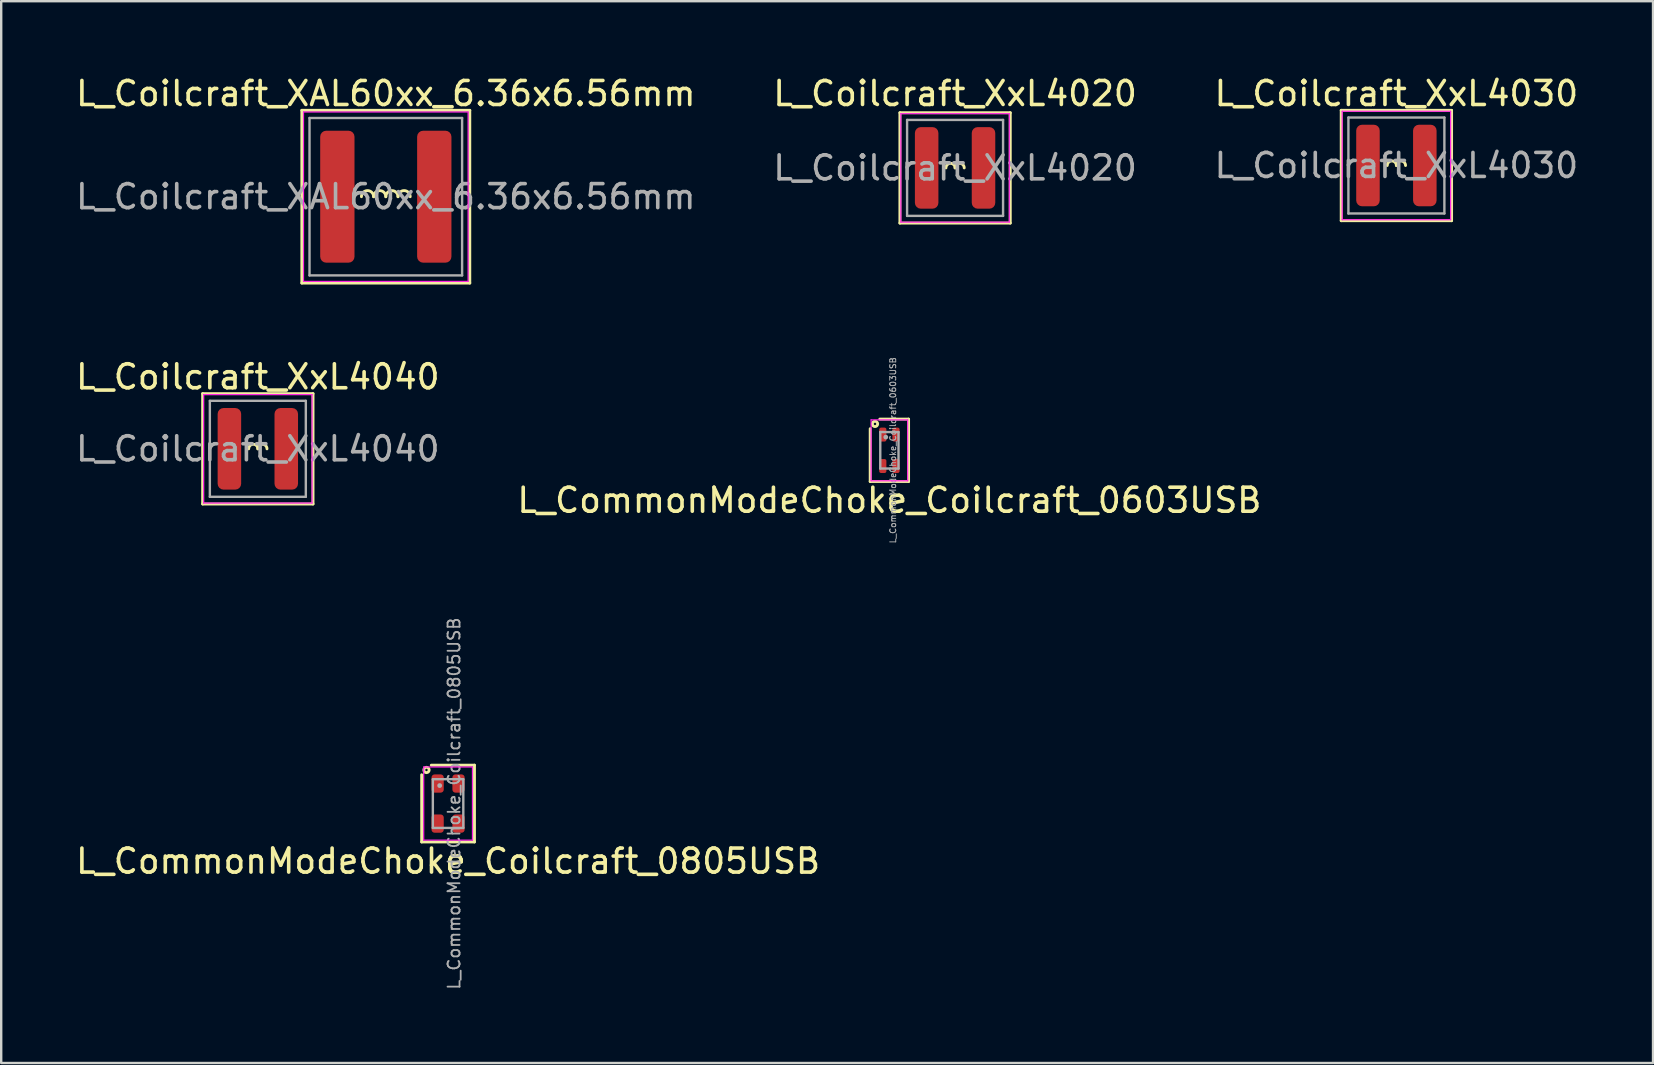
<source format=kicad_pcb>
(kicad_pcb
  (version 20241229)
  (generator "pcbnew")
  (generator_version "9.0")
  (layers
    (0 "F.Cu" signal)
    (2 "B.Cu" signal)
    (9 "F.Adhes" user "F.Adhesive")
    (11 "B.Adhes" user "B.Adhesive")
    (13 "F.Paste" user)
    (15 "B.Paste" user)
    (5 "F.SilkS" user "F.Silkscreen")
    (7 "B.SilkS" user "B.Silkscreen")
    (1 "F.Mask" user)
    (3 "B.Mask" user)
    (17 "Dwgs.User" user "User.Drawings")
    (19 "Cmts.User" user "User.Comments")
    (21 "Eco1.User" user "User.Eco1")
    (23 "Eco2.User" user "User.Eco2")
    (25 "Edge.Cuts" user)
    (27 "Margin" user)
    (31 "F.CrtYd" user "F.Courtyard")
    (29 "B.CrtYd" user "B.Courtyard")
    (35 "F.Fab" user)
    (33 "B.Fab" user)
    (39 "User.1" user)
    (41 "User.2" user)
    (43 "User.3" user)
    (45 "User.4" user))
  (footprint "L_CommonModeChoke_Coilcraft_0603USB"
    (layer "F.Cu")
    (at 34.018 15.718)
    (property "Reference" "L_CommonModeChoke_Coilcraft_0603USB" (at 0 2.083 0) (layer "F.SilkS") (effects (font (size 1 1) (thickness 0.15))))
    (attr smd)
    (fp_line (start -0.8 -0.9) (end -0.8 1.3) (stroke (width 0.12) (type solid)) (layer "F.SilkS"))
    (fp_line (start -0.8 1.3) (end 0.8 1.3) (stroke (width 0.12) (type solid)) (layer "F.SilkS"))
    (fp_line (start 0.8 -1.3) (end -0.4 -1.3) (stroke (width 0.12) (type solid)) (layer "F.SilkS"))
    (fp_line (start 0.8 1.3) (end 0.8 -1.3) (stroke (width 0.12) (type solid)) (layer "F.SilkS"))
    (fp_circle (center -0.6 -1.1) (end -0.549 -1.1) (stroke (width 0.12) (type solid)) (fill no) (layer "F.SilkS"))
    (fp_line (start -0.762 -1.27) (end 0.762 -1.27) (stroke (width 0.05) (type solid)) (layer "F.CrtYd"))
    (fp_line (start -0.762 1.27) (end -0.762 -1.27) (stroke (width 0.05) (type solid)) (layer "F.CrtYd"))
    (fp_line (start -0.762 1.27) (end 0.762 1.27) (stroke (width 0.05) (type solid)) (layer "F.CrtYd"))
    (fp_line (start 0.762 1.27) (end 0.762 -1.27) (stroke (width 0.05) (type solid)) (layer "F.CrtYd"))
    (fp_line (start -0.38 -0.762) (end -0.38 0.76) (stroke (width 0.1) (type solid)) (layer "F.Fab"))
    (fp_line (start -0.38 -0.762) (end 0.38 -0.76) (stroke (width 0.1) (type solid)) (layer "F.Fab"))
    (fp_line (start -0.38 0.76) (end 0.38 0.76) (stroke (width 0.1) (type solid)) (layer "F.Fab"))
    (fp_line (start 0.38 -0.76) (end 0.38 0.76) (stroke (width 0.1) (type solid)) (layer "F.Fab"))
    (fp_circle (center -0.15 -0.55) (end -0.1 -0.55) (stroke (width 0.1) (type solid)) (fill no) (layer "F.Fab"))
    (fp_text user "${REFERENCE}" (at 0.15 0 90) (layer "F.Fab") (effects (font (size 0.25 0.25) (thickness 0.04))))
    (pad "1" smd roundrect (at -0.275 -0.655) (size 0.3 0.58) (layers "F.Cu" "F.Mask" "F.Paste") (roundrect_rratio 0.25))
    (pad "2" smd roundrect (at -0.275 0.655) (size 0.3 0.58) (layers "F.Cu" "F.Mask" "F.Paste") (roundrect_rratio 0.25))
    (pad "3" smd roundrect (at 0.275 0.655) (size 0.3 0.58) (layers "F.Cu" "F.Mask" "F.Paste") (roundrect_rratio 0.25))
    (pad "4" smd roundrect (at 0.275 -0.655) (size 0.3 0.58) (layers "F.Cu" "F.Mask" "F.Paste") (roundrect_rratio 0.25)))
  (footprint "L_Coilcraft_XxL4030"
    (layer "F.Cu")
    (at 55.149 3.848)
    (property "Reference" "L_Coilcraft_XxL4030" (at 0 -3 0) (layer "F.SilkS") (effects (font (size 1 1) (thickness 0.15))))
    (attr smd)
    (fp_line (start -2.3 -2.3) (end -2.3 2.3) (stroke (width 0.12) (type solid)) (layer "F.SilkS"))
    (fp_line (start -2.3 2.3) (end 2.3 2.3) (stroke (width 0.12) (type solid)) (layer "F.SilkS"))
    (fp_line (start 2.3 -2.3) (end -2.3 -2.3) (stroke (width 0.12) (type solid)) (layer "F.SilkS"))
    (fp_line (start 2.3 2.3) (end 2.3 -2.3) (stroke (width 0.12) (type solid)) (layer "F.SilkS"))
    (fp_arc (start -0.381 0) (mid -0.1905 -0.1905) (end 0 0) (stroke (width 0.12) (type solid)) (layer "F.SilkS"))
    (fp_arc (start 0 0) (mid 0.1905 -0.1905) (end 0.381 0) (stroke (width 0.12) (type solid)) (layer "F.SilkS"))
    (fp_line (start -2.26 -2.26) (end 2.26 -2.26) (stroke (width 0.05) (type solid)) (layer "F.CrtYd"))
    (fp_line (start -2.26 2.26) (end -2.26 -2.26) (stroke (width 0.05) (type solid)) (layer "F.CrtYd"))
    (fp_line (start 2.26 -2.26) (end 2.26 2.26) (stroke (width 0.05) (type solid)) (layer "F.CrtYd"))
    (fp_line (start 2.26 2.26) (end -2.26 2.26) (stroke (width 0.05) (type solid)) (layer "F.CrtYd"))
    (fp_line (start -2 -2) (end 2 -2) (stroke (width 0.1) (type solid)) (layer "F.Fab"))
    (fp_line (start -2 2) (end -2 -2) (stroke (width 0.1) (type solid)) (layer "F.Fab"))
    (fp_line (start 2 -2) (end 2 2) (stroke (width 0.1) (type solid)) (layer "F.Fab"))
    (fp_line (start 2 2) (end -2 2) (stroke (width 0.1) (type solid)) (layer "F.Fab"))
    (fp_text user "${REFERENCE}" (at 0 0 0) (layer "F.Fab") (effects (font (size 1 1) (thickness 0.15))))
    (pad "1" smd roundrect (at -1.185 0) (size 0.98 3.4) (layers "F.Cu" "F.Mask" "F.Paste") (roundrect_rratio 0.25))
    (pad "2" smd roundrect (at 1.185 0) (size 0.98 3.4) (layers "F.Cu" "F.Mask" "F.Paste") (roundrect_rratio 0.25)))
  (footprint "L_CommonModeChoke_Coilcraft_0805USB"
    (layer "F.Cu")
    (at 15.625 30.441)
    (property "Reference" "L_CommonModeChoke_Coilcraft_0805USB" (at 0 2.4 0) (layer "F.SilkS") (effects (font (size 1 1) (thickness 0.15))))
    (attr smd)
    (fp_line (start -1.1 -1.2) (end -1.1 1.6) (stroke (width 0.12) (type solid)) (layer "F.SilkS"))
    (fp_line (start -1.1 1.6) (end 1.1 1.6) (stroke (width 0.12) (type solid)) (layer "F.SilkS"))
    (fp_line (start 1.1 -1.6) (end -0.7 -1.6) (stroke (width 0.12) (type solid)) (layer "F.SilkS"))
    (fp_line (start 1.1 1.6) (end 1.1 -1.6) (stroke (width 0.12) (type solid)) (layer "F.SilkS"))
    (fp_circle (center -0.9 -1.4) (end -0.849 -1.4) (stroke (width 0.12) (type solid)) (fill no) (layer "F.SilkS"))
    (fp_line (start -1.016 -1.524) (end 1.016 -1.524) (stroke (width 0.05) (type solid)) (layer "F.CrtYd"))
    (fp_line (start -1.016 1.524) (end -1.016 -1.524) (stroke (width 0.05) (type solid)) (layer "F.CrtYd"))
    (fp_line (start -1.016 1.524) (end 1.016 1.524) (stroke (width 0.05) (type solid)) (layer "F.CrtYd"))
    (fp_line (start 1.016 1.524) (end 1.016 -1.524) (stroke (width 0.05) (type solid)) (layer "F.CrtYd"))
    (fp_line (start -0.635 -1.015) (end -0.635 1.015) (stroke (width 0.1) (type solid)) (layer "F.Fab"))
    (fp_line (start -0.635 -1.015) (end 0.635 -1.015) (stroke (width 0.1) (type solid)) (layer "F.Fab"))
    (fp_line (start -0.635 1.015) (end 0.635 1.015) (stroke (width 0.1) (type solid)) (layer "F.Fab"))
    (fp_line (start 0.635 -1.015) (end 0.635 1.015) (stroke (width 0.1) (type solid)) (layer "F.Fab"))
    (fp_circle (center -0.35 -0.75) (end -0.3 -0.75) (stroke (width 0.1) (type solid)) (fill no) (layer "F.Fab"))
    (fp_text user "${REFERENCE}" (at 0.25 0 90) (layer "F.Fab") (effects (font (size 0.5 0.5) (thickness 0.075))))
    (pad "1" smd roundrect (at -0.435 -0.835) (size 0.51 0.76) (layers "F.Cu" "F.Mask" "F.Paste") (roundrect_rratio 0.25))
    (pad "2" smd roundrect (at -0.435 0.835) (size 0.51 0.76) (layers "F.Cu" "F.Mask" "F.Paste") (roundrect_rratio 0.25))
    (pad "3" smd roundrect (at 0.435 0.835) (size 0.51 0.76) (layers "F.Cu" "F.Mask" "F.Paste") (roundrect_rratio 0.25))
    (pad "4" smd roundrect (at 0.435 -0.835) (size 0.51 0.76) (layers "F.Cu" "F.Mask" "F.Paste") (roundrect_rratio 0.25)))
  (footprint "L_Coilcraft_XAL60xx_6.36x6.56mm"
    (layer "F.Cu")
    (at 13.03 5.148)
    (property "Reference" "L_Coilcraft_XAL60xx_6.36x6.56mm" (at 0 -4.3 0) (layer "F.SilkS") (effects (font (size 1 1) (thickness 0.15))))
    (attr smd)
    (fp_line (start -3.5 -3.6) (end -3.5 3.6) (stroke (width 0.12) (type solid)) (layer "F.SilkS"))
    (fp_line (start -3.5 3.6) (end 3.5 3.6) (stroke (width 0.12) (type solid)) (layer "F.SilkS"))
    (fp_line (start 3.5 -3.6) (end -3.5 -3.6) (stroke (width 0.12) (type solid)) (layer "F.SilkS"))
    (fp_line (start 3.5 3.6) (end 3.5 -3.6) (stroke (width 0.12) (type solid)) (layer "F.SilkS"))
    (fp_arc (start -1.016 0) (mid -0.762 -0.254) (end -0.508 0) (stroke (width 0.12) (type solid)) (layer "F.SilkS"))
    (fp_arc (start -0.508 0) (mid -0.254 -0.254) (end 0 0) (stroke (width 0.12) (type solid)) (layer "F.SilkS"))
    (fp_arc (start 0 0) (mid 0.254 -0.254) (end 0.508 0) (stroke (width 0.12) (type solid)) (layer "F.SilkS"))
    (fp_arc (start 0.508 0) (mid 0.762 -0.254) (end 1.016 0) (stroke (width 0.12) (type solid)) (layer "F.SilkS"))
    (fp_line (start -3.43 -3.53) (end -3.43 3.53) (stroke (width 0.05) (type solid)) (layer "F.CrtYd"))
    (fp_line (start -3.43 -3.53) (end 3.43 -3.53) (stroke (width 0.05) (type solid)) (layer "F.CrtYd"))
    (fp_line (start -3.43 3.53) (end 3.43 3.53) (stroke (width 0.05) (type solid)) (layer "F.CrtYd"))
    (fp_line (start 3.43 -3.53) (end 3.43 3.53) (stroke (width 0.05) (type solid)) (layer "F.CrtYd"))
    (fp_line (start -3.18 -3.28) (end -3.18 3.28) (stroke (width 0.1) (type solid)) (layer "F.Fab"))
    (fp_line (start -3.18 -3.28) (end 3.18 -3.28) (stroke (width 0.1) (type solid)) (layer "F.Fab"))
    (fp_line (start -3.18 3.28) (end 3.18 3.28) (stroke (width 0.1) (type solid)) (layer "F.Fab"))
    (fp_line (start 3.18 -3.28) (end 3.18 3.28) (stroke (width 0.1) (type solid)) (layer "F.Fab"))
    (fp_text user "${REFERENCE}" (at 0 0 0) (layer "F.Fab") (effects (font (size 1 1) (thickness 0.15))))
    (pad "1" smd roundrect (at -2.02 0) (size 1.43 5.5) (layers "F.Cu" "F.Mask" "F.Paste") (roundrect_rratio 0.175))
    (pad "2" smd roundrect (at 2.02 0) (size 1.43 5.5) (layers "F.Cu" "F.Mask" "F.Paste") (roundrect_rratio 0.175)))
  (footprint "L_Coilcraft_XxL4020"
    (layer "F.Cu")
    (at 36.756 3.948)
    (property "Reference" "L_Coilcraft_XxL4020" (at 0 -3.1 0) (layer "F.SilkS") (effects (font (size 1 1) (thickness 0.15))))
    (attr smd)
    (fp_line (start -2.3 -2.3) (end -2.3 2.3) (stroke (width 0.12) (type solid)) (layer "F.SilkS"))
    (fp_line (start -2.3 2.3) (end 2.3 2.3) (stroke (width 0.12) (type solid)) (layer "F.SilkS"))
    (fp_line (start 2.3 -2.3) (end -2.3 -2.3) (stroke (width 0.12) (type solid)) (layer "F.SilkS"))
    (fp_line (start 2.3 2.3) (end 2.3 -2.3) (stroke (width 0.12) (type solid)) (layer "F.SilkS"))
    (fp_arc (start -0.381 0) (mid -0.1905 -0.1905) (end 0 0) (stroke (width 0.12) (type solid)) (layer "F.SilkS"))
    (fp_arc (start 0 0) (mid 0.1905 -0.1905) (end 0.381 0) (stroke (width 0.12) (type solid)) (layer "F.SilkS"))
    (fp_line (start -2.26 -2.26) (end 2.26 -2.26) (stroke (width 0.05) (type solid)) (layer "F.CrtYd"))
    (fp_line (start -2.26 2.26) (end -2.26 -2.26) (stroke (width 0.05) (type solid)) (layer "F.CrtYd"))
    (fp_line (start 2.26 -2.26) (end 2.26 2.26) (stroke (width 0.05) (type solid)) (layer "F.CrtYd"))
    (fp_line (start 2.26 2.26) (end -2.26 2.26) (stroke (width 0.05) (type solid)) (layer "F.CrtYd"))
    (fp_line (start -2 -2) (end 2 -2) (stroke (width 0.1) (type solid)) (layer "F.Fab"))
    (fp_line (start -2 2) (end -2 -2) (stroke (width 0.1) (type solid)) (layer "F.Fab"))
    (fp_line (start 2 -2) (end 2 2) (stroke (width 0.1) (type solid)) (layer "F.Fab"))
    (fp_line (start 2 2) (end -2 2) (stroke (width 0.1) (type solid)) (layer "F.Fab"))
    (fp_text user "${REFERENCE}" (at 0 0 0) (layer "F.Fab") (effects (font (size 1 1) (thickness 0.15))))
    (pad "1" smd roundrect (at -1.185 0) (size 0.98 3.4) (layers "F.Cu" "F.Mask" "F.Paste") (roundrect_rratio 0.25))
    (pad "2" smd roundrect (at 1.185 0) (size 0.98 3.4) (layers "F.Cu" "F.Mask" "F.Paste") (roundrect_rratio 0.25)))
  (footprint "L_Coilcraft_XxL4040"
    (layer "F.Cu")
    (at 7.696 15.656)
    (property "Reference" "L_Coilcraft_XxL4040" (at 0 -3 0) (layer "F.SilkS") (effects (font (size 1 1) (thickness 0.15))))
    (attr smd)
    (fp_line (start -2.3 -2.3) (end -2.3 2.3) (stroke (width 0.12) (type solid)) (layer "F.SilkS"))
    (fp_line (start -2.3 2.3) (end 2.3 2.3) (stroke (width 0.12) (type solid)) (layer "F.SilkS"))
    (fp_line (start 2.3 -2.3) (end -2.3 -2.3) (stroke (width 0.12) (type solid)) (layer "F.SilkS"))
    (fp_line (start 2.3 2.3) (end 2.3 -2.3) (stroke (width 0.12) (type solid)) (layer "F.SilkS"))
    (fp_arc (start -0.381 0) (mid -0.1905 -0.1905) (end 0 0) (stroke (width 0.12) (type solid)) (layer "F.SilkS"))
    (fp_arc (start 0 0) (mid 0.1905 -0.1905) (end 0.381 0) (stroke (width 0.12) (type solid)) (layer "F.SilkS"))
    (fp_line (start -2.26 -2.26) (end 2.26 -2.26) (stroke (width 0.05) (type solid)) (layer "F.CrtYd"))
    (fp_line (start -2.26 2.26) (end -2.26 -2.26) (stroke (width 0.05) (type solid)) (layer "F.CrtYd"))
    (fp_line (start 2.26 -2.26) (end 2.26 2.26) (stroke (width 0.05) (type solid)) (layer "F.CrtYd"))
    (fp_line (start 2.26 2.26) (end -2.26 2.26) (stroke (width 0.05) (type solid)) (layer "F.CrtYd"))
    (fp_line (start -2 -2) (end 2 -2) (stroke (width 0.1) (type solid)) (layer "F.Fab"))
    (fp_line (start -2 2) (end -2 -2) (stroke (width 0.1) (type solid)) (layer "F.Fab"))
    (fp_line (start 2 -2) (end 2 2) (stroke (width 0.1) (type solid)) (layer "F.Fab"))
    (fp_line (start 2 2) (end -2 2) (stroke (width 0.1) (type solid)) (layer "F.Fab"))
    (fp_text user "${REFERENCE}" (at 0 0 0) (layer "F.Fab") (effects (font (size 1 1) (thickness 0.15))))
    (pad "1" smd roundrect (at -1.185 0) (size 0.98 3.4) (layers "F.Cu" "F.Mask" "F.Paste") (roundrect_rratio 0.25))
    (pad "2" smd roundrect (at 1.185 0) (size 0.98 3.4) (layers "F.Cu" "F.Mask" "F.Paste") (roundrect_rratio 0.25)))
  (gr_rect
    (start -3 -3)
    (end 65.845 41.253)
    (stroke (width 0.1) (type default))
    (fill no)
    (layer "Edge.Cuts")))
</source>
